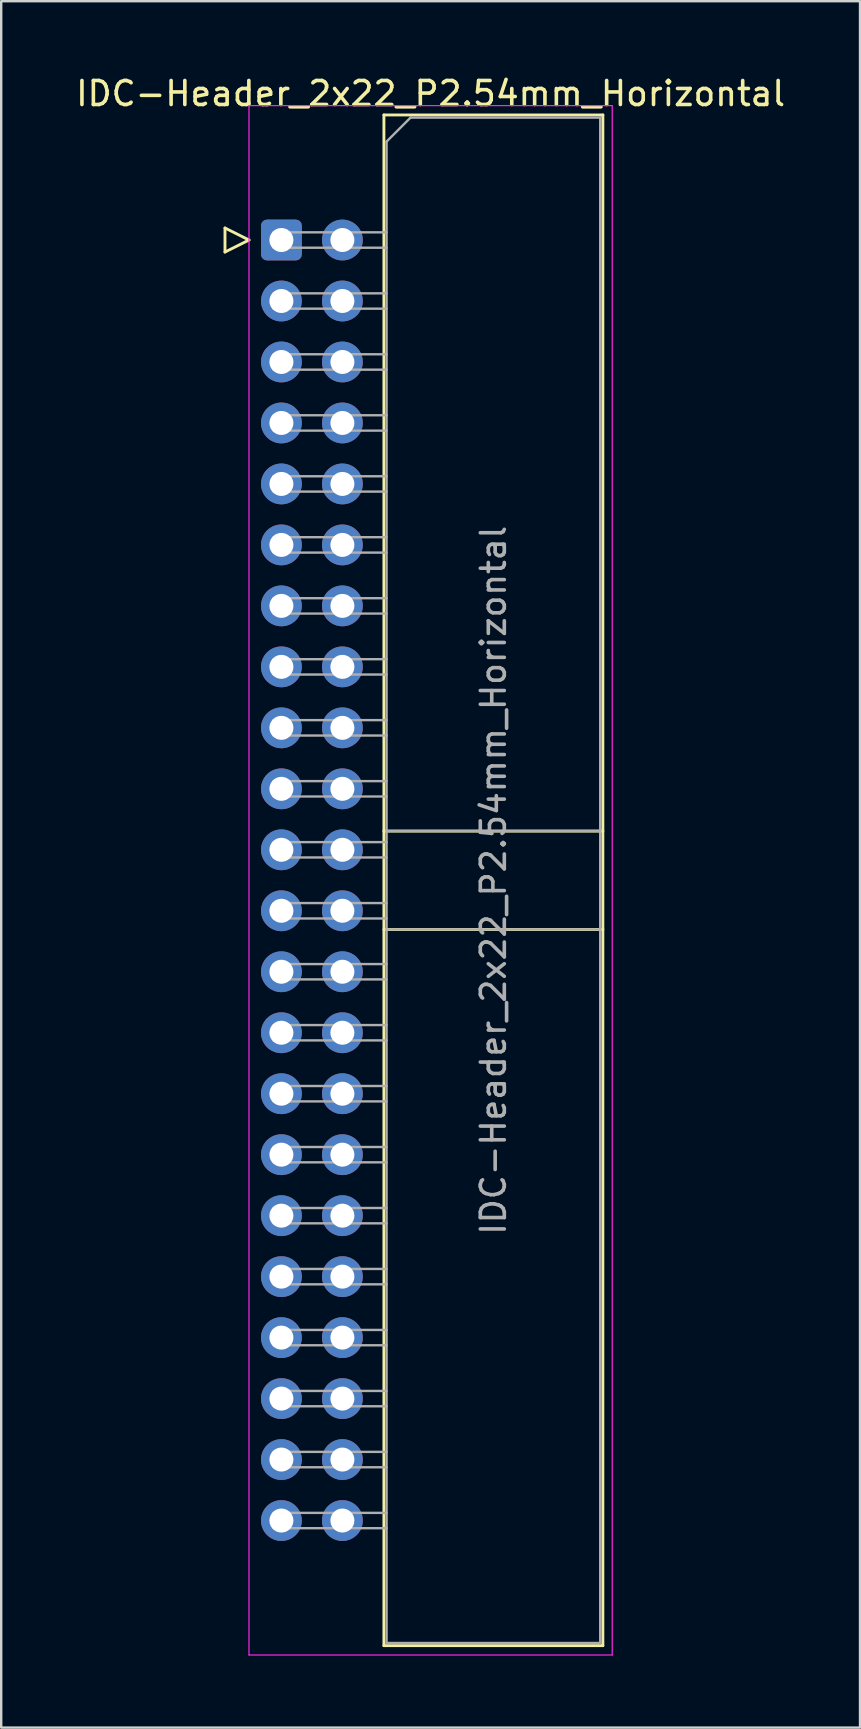
<source format=kicad_pcb>
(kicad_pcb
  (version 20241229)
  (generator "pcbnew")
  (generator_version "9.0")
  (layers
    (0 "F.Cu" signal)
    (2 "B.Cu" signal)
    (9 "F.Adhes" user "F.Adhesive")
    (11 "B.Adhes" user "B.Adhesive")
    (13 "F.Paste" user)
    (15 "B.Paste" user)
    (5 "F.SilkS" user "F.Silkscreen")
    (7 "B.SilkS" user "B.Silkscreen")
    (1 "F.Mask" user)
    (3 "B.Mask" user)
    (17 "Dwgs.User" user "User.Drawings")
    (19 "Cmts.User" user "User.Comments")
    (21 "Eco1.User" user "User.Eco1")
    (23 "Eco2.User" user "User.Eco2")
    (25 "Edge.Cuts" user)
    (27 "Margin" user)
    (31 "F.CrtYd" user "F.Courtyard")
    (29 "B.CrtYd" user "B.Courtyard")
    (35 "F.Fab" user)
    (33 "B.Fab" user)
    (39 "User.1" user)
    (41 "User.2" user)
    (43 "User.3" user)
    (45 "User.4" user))
  (footprint "IDC-Header_2x22_P2.54mm_Horizontal"
    (layer "F.Cu")
    (at 8.672 6.948)
    (property "Reference" "IDC-Header_2x22_P2.54mm_Horizontal" (at 6.215 -6.1 0) (layer "F.SilkS") (effects (font (size 1 1) (thickness 0.15))))
    (attr through_hole)
    (fp_line (start -2.35 -0.5) (end -2.35 0.5) (stroke (width 0.12) (type solid)) (layer "F.SilkS"))
    (fp_line (start -2.35 0.5) (end -1.35 0) (stroke (width 0.12) (type solid)) (layer "F.SilkS"))
    (fp_line (start -1.35 0) (end -2.35 -0.5) (stroke (width 0.12) (type solid)) (layer "F.SilkS"))
    (fp_line (start 4.27 -5.21) (end 13.39 -5.21) (stroke (width 0.12) (type solid)) (layer "F.SilkS"))
    (fp_line (start 4.27 24.62) (end 13.39 24.62) (stroke (width 0.12) (type solid)) (layer "F.SilkS"))
    (fp_line (start 4.27 28.72) (end 13.39 28.72) (stroke (width 0.12) (type solid)) (layer "F.SilkS"))
    (fp_line (start 4.27 58.55) (end 4.27 -5.21) (stroke (width 0.12) (type solid)) (layer "F.SilkS"))
    (fp_line (start 13.39 -5.21) (end 13.39 58.55) (stroke (width 0.12) (type solid)) (layer "F.SilkS"))
    (fp_line (start 13.39 58.55) (end 4.27 58.55) (stroke (width 0.12) (type solid)) (layer "F.SilkS"))
    (fp_line (start -1.35 -5.6) (end -1.35 58.94) (stroke (width 0.05) (type solid)) (layer "F.CrtYd"))
    (fp_line (start -1.35 58.94) (end 13.78 58.94) (stroke (width 0.05) (type solid)) (layer "F.CrtYd"))
    (fp_line (start 13.78 -5.6) (end -1.35 -5.6) (stroke (width 0.05) (type solid)) (layer "F.CrtYd"))
    (fp_line (start 13.78 58.94) (end 13.78 -5.6) (stroke (width 0.05) (type solid)) (layer "F.CrtYd"))
    (fp_line (start -0.32 -0.32) (end -0.32 0.32) (stroke (width 0.1) (type solid)) (layer "F.Fab"))
    (fp_line (start -0.32 0.32) (end 4.38 0.32) (stroke (width 0.1) (type solid)) (layer "F.Fab"))
    (fp_line (start -0.32 2.22) (end -0.32 2.86) (stroke (width 0.1) (type solid)) (layer "F.Fab"))
    (fp_line (start -0.32 2.86) (end 4.38 2.86) (stroke (width 0.1) (type solid)) (layer "F.Fab"))
    (fp_line (start -0.32 4.76) (end -0.32 5.4) (stroke (width 0.1) (type solid)) (layer "F.Fab"))
    (fp_line (start -0.32 5.4) (end 4.38 5.4) (stroke (width 0.1) (type solid)) (layer "F.Fab"))
    (fp_line (start -0.32 7.3) (end -0.32 7.94) (stroke (width 0.1) (type solid)) (layer "F.Fab"))
    (fp_line (start -0.32 7.94) (end 4.38 7.94) (stroke (width 0.1) (type solid)) (layer "F.Fab"))
    (fp_line (start -0.32 9.84) (end -0.32 10.48) (stroke (width 0.1) (type solid)) (layer "F.Fab"))
    (fp_line (start -0.32 10.48) (end 4.38 10.48) (stroke (width 0.1) (type solid)) (layer "F.Fab"))
    (fp_line (start -0.32 12.38) (end -0.32 13.02) (stroke (width 0.1) (type solid)) (layer "F.Fab"))
    (fp_line (start -0.32 13.02) (end 4.38 13.02) (stroke (width 0.1) (type solid)) (layer "F.Fab"))
    (fp_line (start -0.32 14.92) (end -0.32 15.56) (stroke (width 0.1) (type solid)) (layer "F.Fab"))
    (fp_line (start -0.32 15.56) (end 4.38 15.56) (stroke (width 0.1) (type solid)) (layer "F.Fab"))
    (fp_line (start -0.32 17.46) (end -0.32 18.1) (stroke (width 0.1) (type solid)) (layer "F.Fab"))
    (fp_line (start -0.32 18.1) (end 4.38 18.1) (stroke (width 0.1) (type solid)) (layer "F.Fab"))
    (fp_line (start -0.32 20) (end -0.32 20.64) (stroke (width 0.1) (type solid)) (layer "F.Fab"))
    (fp_line (start -0.32 20.64) (end 4.38 20.64) (stroke (width 0.1) (type solid)) (layer "F.Fab"))
    (fp_line (start -0.32 22.54) (end -0.32 23.18) (stroke (width 0.1) (type solid)) (layer "F.Fab"))
    (fp_line (start -0.32 23.18) (end 4.38 23.18) (stroke (width 0.1) (type solid)) (layer "F.Fab"))
    (fp_line (start -0.32 25.08) (end -0.32 25.72) (stroke (width 0.1) (type solid)) (layer "F.Fab"))
    (fp_line (start -0.32 25.72) (end 4.38 25.72) (stroke (width 0.1) (type solid)) (layer "F.Fab"))
    (fp_line (start -0.32 27.62) (end -0.32 28.26) (stroke (width 0.1) (type solid)) (layer "F.Fab"))
    (fp_line (start -0.32 28.26) (end 4.38 28.26) (stroke (width 0.1) (type solid)) (layer "F.Fab"))
    (fp_line (start -0.32 30.16) (end -0.32 30.8) (stroke (width 0.1) (type solid)) (layer "F.Fab"))
    (fp_line (start -0.32 30.8) (end 4.38 30.8) (stroke (width 0.1) (type solid)) (layer "F.Fab"))
    (fp_line (start -0.32 32.7) (end -0.32 33.34) (stroke (width 0.1) (type solid)) (layer "F.Fab"))
    (fp_line (start -0.32 33.34) (end 4.38 33.34) (stroke (width 0.1) (type solid)) (layer "F.Fab"))
    (fp_line (start -0.32 35.24) (end -0.32 35.88) (stroke (width 0.1) (type solid)) (layer "F.Fab"))
    (fp_line (start -0.32 35.88) (end 4.38 35.88) (stroke (width 0.1) (type solid)) (layer "F.Fab"))
    (fp_line (start -0.32 37.78) (end -0.32 38.42) (stroke (width 0.1) (type solid)) (layer "F.Fab"))
    (fp_line (start -0.32 38.42) (end 4.38 38.42) (stroke (width 0.1) (type solid)) (layer "F.Fab"))
    (fp_line (start -0.32 40.32) (end -0.32 40.96) (stroke (width 0.1) (type solid)) (layer "F.Fab"))
    (fp_line (start -0.32 40.96) (end 4.38 40.96) (stroke (width 0.1) (type solid)) (layer "F.Fab"))
    (fp_line (start -0.32 42.86) (end -0.32 43.5) (stroke (width 0.1) (type solid)) (layer "F.Fab"))
    (fp_line (start -0.32 43.5) (end 4.38 43.5) (stroke (width 0.1) (type solid)) (layer "F.Fab"))
    (fp_line (start -0.32 45.4) (end -0.32 46.04) (stroke (width 0.1) (type solid)) (layer "F.Fab"))
    (fp_line (start -0.32 46.04) (end 4.38 46.04) (stroke (width 0.1) (type solid)) (layer "F.Fab"))
    (fp_line (start -0.32 47.94) (end -0.32 48.58) (stroke (width 0.1) (type solid)) (layer "F.Fab"))
    (fp_line (start -0.32 48.58) (end 4.38 48.58) (stroke (width 0.1) (type solid)) (layer "F.Fab"))
    (fp_line (start -0.32 50.48) (end -0.32 51.12) (stroke (width 0.1) (type solid)) (layer "F.Fab"))
    (fp_line (start -0.32 51.12) (end 4.38 51.12) (stroke (width 0.1) (type solid)) (layer "F.Fab"))
    (fp_line (start -0.32 53.02) (end -0.32 53.66) (stroke (width 0.1) (type solid)) (layer "F.Fab"))
    (fp_line (start -0.32 53.66) (end 4.38 53.66) (stroke (width 0.1) (type solid)) (layer "F.Fab"))
    (fp_line (start 4.38 -4.1) (end 5.38 -5.1) (stroke (width 0.1) (type solid)) (layer "F.Fab"))
    (fp_line (start 4.38 -0.32) (end -0.32 -0.32) (stroke (width 0.1) (type solid)) (layer "F.Fab"))
    (fp_line (start 4.38 2.22) (end -0.32 2.22) (stroke (width 0.1) (type solid)) (layer "F.Fab"))
    (fp_line (start 4.38 4.76) (end -0.32 4.76) (stroke (width 0.1) (type solid)) (layer "F.Fab"))
    (fp_line (start 4.38 7.3) (end -0.32 7.3) (stroke (width 0.1) (type solid)) (layer "F.Fab"))
    (fp_line (start 4.38 9.84) (end -0.32 9.84) (stroke (width 0.1) (type solid)) (layer "F.Fab"))
    (fp_line (start 4.38 12.38) (end -0.32 12.38) (stroke (width 0.1) (type solid)) (layer "F.Fab"))
    (fp_line (start 4.38 14.92) (end -0.32 14.92) (stroke (width 0.1) (type solid)) (layer "F.Fab"))
    (fp_line (start 4.38 17.46) (end -0.32 17.46) (stroke (width 0.1) (type solid)) (layer "F.Fab"))
    (fp_line (start 4.38 20) (end -0.32 20) (stroke (width 0.1) (type solid)) (layer "F.Fab"))
    (fp_line (start 4.38 22.54) (end -0.32 22.54) (stroke (width 0.1) (type solid)) (layer "F.Fab"))
    (fp_line (start 4.38 24.62) (end 13.28 24.62) (stroke (width 0.1) (type solid)) (layer "F.Fab"))
    (fp_line (start 4.38 25.08) (end -0.32 25.08) (stroke (width 0.1) (type solid)) (layer "F.Fab"))
    (fp_line (start 4.38 27.62) (end -0.32 27.62) (stroke (width 0.1) (type solid)) (layer "F.Fab"))
    (fp_line (start 4.38 28.72) (end 13.28 28.72) (stroke (width 0.1) (type solid)) (layer "F.Fab"))
    (fp_line (start 4.38 30.16) (end -0.32 30.16) (stroke (width 0.1) (type solid)) (layer "F.Fab"))
    (fp_line (start 4.38 32.7) (end -0.32 32.7) (stroke (width 0.1) (type solid)) (layer "F.Fab"))
    (fp_line (start 4.38 35.24) (end -0.32 35.24) (stroke (width 0.1) (type solid)) (layer "F.Fab"))
    (fp_line (start 4.38 37.78) (end -0.32 37.78) (stroke (width 0.1) (type solid)) (layer "F.Fab"))
    (fp_line (start 4.38 40.32) (end -0.32 40.32) (stroke (width 0.1) (type solid)) (layer "F.Fab"))
    (fp_line (start 4.38 42.86) (end -0.32 42.86) (stroke (width 0.1) (type solid)) (layer "F.Fab"))
    (fp_line (start 4.38 45.4) (end -0.32 45.4) (stroke (width 0.1) (type solid)) (layer "F.Fab"))
    (fp_line (start 4.38 47.94) (end -0.32 47.94) (stroke (width 0.1) (type solid)) (layer "F.Fab"))
    (fp_line (start 4.38 50.48) (end -0.32 50.48) (stroke (width 0.1) (type solid)) (layer "F.Fab"))
    (fp_line (start 4.38 53.02) (end -0.32 53.02) (stroke (width 0.1) (type solid)) (layer "F.Fab"))
    (fp_line (start 4.38 58.44) (end 4.38 -4.1) (stroke (width 0.1) (type solid)) (layer "F.Fab"))
    (fp_line (start 5.38 -5.1) (end 13.28 -5.1) (stroke (width 0.1) (type solid)) (layer "F.Fab"))
    (fp_line (start 13.28 -5.1) (end 13.28 58.44) (stroke (width 0.1) (type solid)) (layer "F.Fab"))
    (fp_line (start 13.28 58.44) (end 4.38 58.44) (stroke (width 0.1) (type solid)) (layer "F.Fab"))
    (fp_text user "${REFERENCE}" (at 8.83 26.67 90) (layer "F.Fab") (effects (font (size 1 1) (thickness 0.15))))
    (pad "1" thru_hole roundrect (at 0 0) (size 1.7 1.7) (drill 1) (layers "*.Cu" "*.Mask") (roundrect_rratio 0.147))
    (pad "2" thru_hole circle (at 2.54 0) (size 1.7 1.7) (drill 1) (layers "*.Cu" "*.Mask"))
    (pad "3" thru_hole circle (at 0 2.54) (size 1.7 1.7) (drill 1) (layers "*.Cu" "*.Mask"))
    (pad "4" thru_hole circle (at 2.54 2.54) (size 1.7 1.7) (drill 1) (layers "*.Cu" "*.Mask"))
    (pad "5" thru_hole circle (at 0 5.08) (size 1.7 1.7) (drill 1) (layers "*.Cu" "*.Mask"))
    (pad "6" thru_hole circle (at 2.54 5.08) (size 1.7 1.7) (drill 1) (layers "*.Cu" "*.Mask"))
    (pad "7" thru_hole circle (at 0 7.62) (size 1.7 1.7) (drill 1) (layers "*.Cu" "*.Mask"))
    (pad "8" thru_hole circle (at 2.54 7.62) (size 1.7 1.7) (drill 1) (layers "*.Cu" "*.Mask"))
    (pad "9" thru_hole circle (at 0 10.16) (size 1.7 1.7) (drill 1) (layers "*.Cu" "*.Mask"))
    (pad "10" thru_hole circle (at 2.54 10.16) (size 1.7 1.7) (drill 1) (layers "*.Cu" "*.Mask"))
    (pad "11" thru_hole circle (at 0 12.7) (size 1.7 1.7) (drill 1) (layers "*.Cu" "*.Mask"))
    (pad "12" thru_hole circle (at 2.54 12.7) (size 1.7 1.7) (drill 1) (layers "*.Cu" "*.Mask"))
    (pad "13" thru_hole circle (at 0 15.24) (size 1.7 1.7) (drill 1) (layers "*.Cu" "*.Mask"))
    (pad "14" thru_hole circle (at 2.54 15.24) (size 1.7 1.7) (drill 1) (layers "*.Cu" "*.Mask"))
    (pad "15" thru_hole circle (at 0 17.78) (size 1.7 1.7) (drill 1) (layers "*.Cu" "*.Mask"))
    (pad "16" thru_hole circle (at 2.54 17.78) (size 1.7 1.7) (drill 1) (layers "*.Cu" "*.Mask"))
    (pad "17" thru_hole circle (at 0 20.32) (size 1.7 1.7) (drill 1) (layers "*.Cu" "*.Mask"))
    (pad "18" thru_hole circle (at 2.54 20.32) (size 1.7 1.7) (drill 1) (layers "*.Cu" "*.Mask"))
    (pad "19" thru_hole circle (at 0 22.86) (size 1.7 1.7) (drill 1) (layers "*.Cu" "*.Mask"))
    (pad "20" thru_hole circle (at 2.54 22.86) (size 1.7 1.7) (drill 1) (layers "*.Cu" "*.Mask"))
    (pad "21" thru_hole circle (at 0 25.4) (size 1.7 1.7) (drill 1) (layers "*.Cu" "*.Mask"))
    (pad "22" thru_hole circle (at 2.54 25.4) (size 1.7 1.7) (drill 1) (layers "*.Cu" "*.Mask"))
    (pad "23" thru_hole circle (at 0 27.94) (size 1.7 1.7) (drill 1) (layers "*.Cu" "*.Mask"))
    (pad "24" thru_hole circle (at 2.54 27.94) (size 1.7 1.7) (drill 1) (layers "*.Cu" "*.Mask"))
    (pad "25" thru_hole circle (at 0 30.48) (size 1.7 1.7) (drill 1) (layers "*.Cu" "*.Mask"))
    (pad "26" thru_hole circle (at 2.54 30.48) (size 1.7 1.7) (drill 1) (layers "*.Cu" "*.Mask"))
    (pad "27" thru_hole circle (at 0 33.02) (size 1.7 1.7) (drill 1) (layers "*.Cu" "*.Mask"))
    (pad "28" thru_hole circle (at 2.54 33.02) (size 1.7 1.7) (drill 1) (layers "*.Cu" "*.Mask"))
    (pad "29" thru_hole circle (at 0 35.56) (size 1.7 1.7) (drill 1) (layers "*.Cu" "*.Mask"))
    (pad "30" thru_hole circle (at 2.54 35.56) (size 1.7 1.7) (drill 1) (layers "*.Cu" "*.Mask"))
    (pad "31" thru_hole circle (at 0 38.1) (size 1.7 1.7) (drill 1) (layers "*.Cu" "*.Mask"))
    (pad "32" thru_hole circle (at 2.54 38.1) (size 1.7 1.7) (drill 1) (layers "*.Cu" "*.Mask"))
    (pad "33" thru_hole circle (at 0 40.64) (size 1.7 1.7) (drill 1) (layers "*.Cu" "*.Mask"))
    (pad "34" thru_hole circle (at 2.54 40.64) (size 1.7 1.7) (drill 1) (layers "*.Cu" "*.Mask"))
    (pad "35" thru_hole circle (at 0 43.18) (size 1.7 1.7) (drill 1) (layers "*.Cu" "*.Mask"))
    (pad "36" thru_hole circle (at 2.54 43.18) (size 1.7 1.7) (drill 1) (layers "*.Cu" "*.Mask"))
    (pad "37" thru_hole circle (at 0 45.72) (size 1.7 1.7) (drill 1) (layers "*.Cu" "*.Mask"))
    (pad "38" thru_hole circle (at 2.54 45.72) (size 1.7 1.7) (drill 1) (layers "*.Cu" "*.Mask"))
    (pad "39" thru_hole circle (at 0 48.26) (size 1.7 1.7) (drill 1) (layers "*.Cu" "*.Mask"))
    (pad "40" thru_hole circle (at 2.54 48.26) (size 1.7 1.7) (drill 1) (layers "*.Cu" "*.Mask"))
    (pad "41" thru_hole circle (at 0 50.8) (size 1.7 1.7) (drill 1) (layers "*.Cu" "*.Mask"))
    (pad "42" thru_hole circle (at 2.54 50.8) (size 1.7 1.7) (drill 1) (layers "*.Cu" "*.Mask"))
    (pad "43" thru_hole circle (at 0 53.34) (size 1.7 1.7) (drill 1) (layers "*.Cu" "*.Mask"))
    (pad "44" thru_hole circle (at 2.54 53.34) (size 1.7 1.7) (drill 1) (layers "*.Cu" "*.Mask")))
  (gr_rect
    (start -3 -3)
    (end 32.774 68.913)
    (stroke (width 0.1) (type default))
    (fill no)
    (layer "Edge.Cuts")))
</source>
